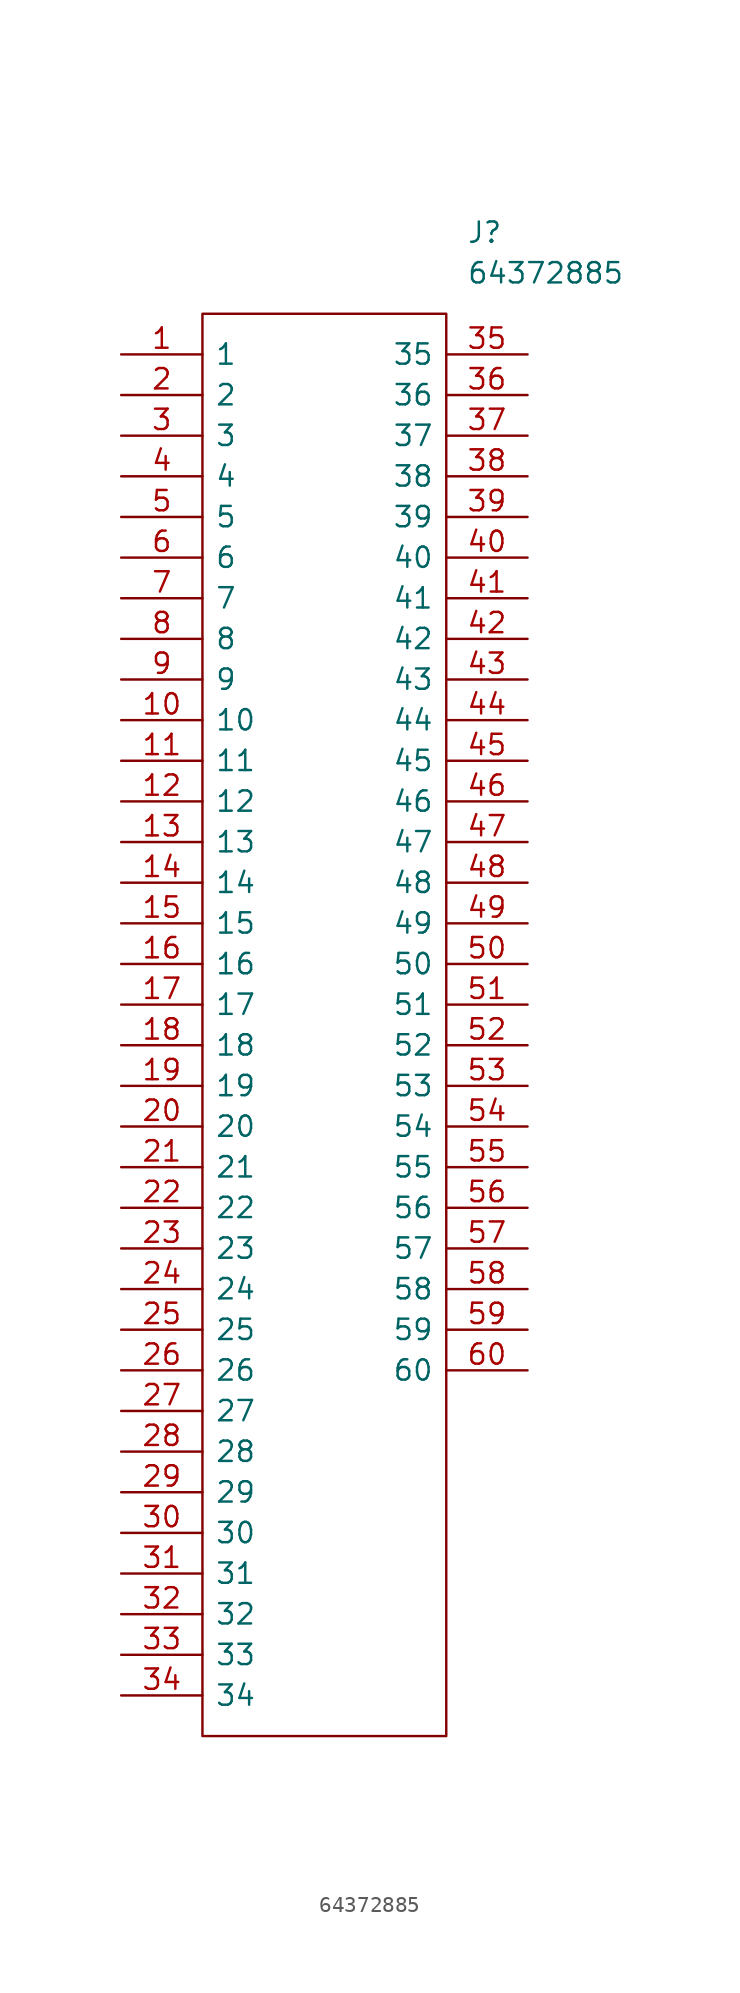
<source format=kicad_sym>
(kicad_symbol_lib
  (version 20220914)
  (generator kicad_symbol_editor)
  (symbol "64372885"
    (pin_names
      (offset 0.762))
    (property "Reference" "J"
      (at 21.59 7.62 0)
      (effects (font (size 1.27 1.27)) (justify left)))
    (property "Value" "64372885"
      (at 21.59 5.08 0)
      (effects (font (size 1.27 1.27)) (justify left)))
    (symbol "64372885_0_0"
      (pin passive line (at 0 0 0) (length 5.08) (name "1" (effects (font (size 1.27 1.27)))) (number "1" (effects (font (size 1.27 1.27)))))
      (pin passive line (at 0 -22.86 0) (length 5.08) (name "10" (effects (font (size 1.27 1.27)))) (number "10" (effects (font (size 1.27 1.27)))))
      (pin passive line (at 0 -25.4 0) (length 5.08) (name "11" (effects (font (size 1.27 1.27)))) (number "11" (effects (font (size 1.27 1.27)))))
      (pin passive line (at 0 -27.94 0) (length 5.08) (name "12" (effects (font (size 1.27 1.27)))) (number "12" (effects (font (size 1.27 1.27)))))
      (pin passive line (at 0 -30.48 0) (length 5.08) (name "13" (effects (font (size 1.27 1.27)))) (number "13" (effects (font (size 1.27 1.27)))))
      (pin passive line (at 0 -33.02 0) (length 5.08) (name "14" (effects (font (size 1.27 1.27)))) (number "14" (effects (font (size 1.27 1.27)))))
      (pin passive line (at 0 -35.56 0) (length 5.08) (name "15" (effects (font (size 1.27 1.27)))) (number "15" (effects (font (size 1.27 1.27)))))
      (pin passive line (at 0 -38.1 0) (length 5.08) (name "16" (effects (font (size 1.27 1.27)))) (number "16" (effects (font (size 1.27 1.27)))))
      (pin passive line (at 0 -40.64 0) (length 5.08) (name "17" (effects (font (size 1.27 1.27)))) (number "17" (effects (font (size 1.27 1.27)))))
      (pin passive line (at 0 -43.18 0) (length 5.08) (name "18" (effects (font (size 1.27 1.27)))) (number "18" (effects (font (size 1.27 1.27)))))
      (pin passive line (at 0 -45.72 0) (length 5.08) (name "19" (effects (font (size 1.27 1.27)))) (number "19" (effects (font (size 1.27 1.27)))))
      (pin passive line (at 0 -2.54 0) (length 5.08) (name "2" (effects (font (size 1.27 1.27)))) (number "2" (effects (font (size 1.27 1.27)))))
      (pin passive line (at 0 -48.26 0) (length 5.08) (name "20" (effects (font (size 1.27 1.27)))) (number "20" (effects (font (size 1.27 1.27)))))
      (pin passive line (at 0 -50.8 0) (length 5.08) (name "21" (effects (font (size 1.27 1.27)))) (number "21" (effects (font (size 1.27 1.27)))))
      (pin passive line (at 0 -53.34 0) (length 5.08) (name "22" (effects (font (size 1.27 1.27)))) (number "22" (effects (font (size 1.27 1.27)))))
      (pin passive line (at 0 -55.88 0) (length 5.08) (name "23" (effects (font (size 1.27 1.27)))) (number "23" (effects (font (size 1.27 1.27)))))
      (pin passive line (at 0 -58.42 0) (length 5.08) (name "24" (effects (font (size 1.27 1.27)))) (number "24" (effects (font (size 1.27 1.27)))))
      (pin passive line (at 0 -60.96 0) (length 5.08) (name "25" (effects (font (size 1.27 1.27)))) (number "25" (effects (font (size 1.27 1.27)))))
      (pin passive line (at 0 -63.5 0) (length 5.08) (name "26" (effects (font (size 1.27 1.27)))) (number "26" (effects (font (size 1.27 1.27)))))
      (pin passive line (at 0 -66.04 0) (length 5.08) (name "27" (effects (font (size 1.27 1.27)))) (number "27" (effects (font (size 1.27 1.27)))))
      (pin passive line (at 0 -68.58 0) (length 5.08) (name "28" (effects (font (size 1.27 1.27)))) (number "28" (effects (font (size 1.27 1.27)))))
      (pin passive line (at 0 -71.12 0) (length 5.08) (name "29" (effects (font (size 1.27 1.27)))) (number "29" (effects (font (size 1.27 1.27)))))
      (pin passive line (at 0 -5.08 0) (length 5.08) (name "3" (effects (font (size 1.27 1.27)))) (number "3" (effects (font (size 1.27 1.27)))))
      (pin passive line (at 0 -73.66 0) (length 5.08) (name "30" (effects (font (size 1.27 1.27)))) (number "30" (effects (font (size 1.27 1.27)))))
      (pin passive line (at 0 -76.2 0) (length 5.08) (name "31" (effects (font (size 1.27 1.27)))) (number "31" (effects (font (size 1.27 1.27)))))
      (pin passive line (at 0 -78.74 0) (length 5.08) (name "32" (effects (font (size 1.27 1.27)))) (number "32" (effects (font (size 1.27 1.27)))))
      (pin passive line (at 25.4 0 180) (length 5.08) (name "35" (effects (font (size 1.27 1.27)))) (number "35" (effects (font (size 1.27 1.27)))))
      (pin passive line (at 25.4 -2.54 180) (length 5.08) (name "36" (effects (font (size 1.27 1.27)))) (number "36" (effects (font (size 1.27 1.27)))))
      (pin passive line (at 25.4 -5.08 180) (length 5.08) (name "37" (effects (font (size 1.27 1.27)))) (number "37" (effects (font (size 1.27 1.27)))))
      (pin passive line (at 25.4 -7.62 180) (length 5.08) (name "38" (effects (font (size 1.27 1.27)))) (number "38" (effects (font (size 1.27 1.27)))))
      (pin passive line (at 25.4 -10.16 180) (length 5.08) (name "39" (effects (font (size 1.27 1.27)))) (number "39" (effects (font (size 1.27 1.27)))))
      (pin passive line (at 0 -7.62 0) (length 5.08) (name "4" (effects (font (size 1.27 1.27)))) (number "4" (effects (font (size 1.27 1.27)))))
      (pin passive line (at 25.4 -12.7 180) (length 5.08) (name "40" (effects (font (size 1.27 1.27)))) (number "40" (effects (font (size 1.27 1.27)))))
      (pin passive line (at 25.4 -15.24 180) (length 5.08) (name "41" (effects (font (size 1.27 1.27)))) (number "41" (effects (font (size 1.27 1.27)))))
      (pin passive line (at 25.4 -17.78 180) (length 5.08) (name "42" (effects (font (size 1.27 1.27)))) (number "42" (effects (font (size 1.27 1.27)))))
      (pin passive line (at 25.4 -20.32 180) (length 5.08) (name "43" (effects (font (size 1.27 1.27)))) (number "43" (effects (font (size 1.27 1.27)))))
      (pin passive line (at 25.4 -22.86 180) (length 5.08) (name "44" (effects (font (size 1.27 1.27)))) (number "44" (effects (font (size 1.27 1.27)))))
      (pin passive line (at 25.4 -25.4 180) (length 5.08) (name "45" (effects (font (size 1.27 1.27)))) (number "45" (effects (font (size 1.27 1.27)))))
      (pin passive line (at 25.4 -27.94 180) (length 5.08) (name "46" (effects (font (size 1.27 1.27)))) (number "46" (effects (font (size 1.27 1.27)))))
      (pin passive line (at 25.4 -30.48 180) (length 5.08) (name "47" (effects (font (size 1.27 1.27)))) (number "47" (effects (font (size 1.27 1.27)))))
      (pin passive line (at 25.4 -33.02 180) (length 5.08) (name "48" (effects (font (size 1.27 1.27)))) (number "48" (effects (font (size 1.27 1.27)))))
      (pin passive line (at 25.4 -35.56 180) (length 5.08) (name "49" (effects (font (size 1.27 1.27)))) (number "49" (effects (font (size 1.27 1.27)))))
      (pin passive line (at 0 -10.16 0) (length 5.08) (name "5" (effects (font (size 1.27 1.27)))) (number "5" (effects (font (size 1.27 1.27)))))
      (pin passive line (at 25.4 -38.1 180) (length 5.08) (name "50" (effects (font (size 1.27 1.27)))) (number "50" (effects (font (size 1.27 1.27)))))
      (pin passive line (at 25.4 -40.64 180) (length 5.08) (name "51" (effects (font (size 1.27 1.27)))) (number "51" (effects (font (size 1.27 1.27)))))
      (pin passive line (at 25.4 -43.18 180) (length 5.08) (name "52" (effects (font (size 1.27 1.27)))) (number "52" (effects (font (size 1.27 1.27)))))
      (pin passive line (at 25.4 -45.72 180) (length 5.08) (name "53" (effects (font (size 1.27 1.27)))) (number "53" (effects (font (size 1.27 1.27)))))
      (pin passive line (at 25.4 -48.26 180) (length 5.08) (name "54" (effects (font (size 1.27 1.27)))) (number "54" (effects (font (size 1.27 1.27)))))
      (pin passive line (at 25.4 -50.8 180) (length 5.08) (name "55" (effects (font (size 1.27 1.27)))) (number "55" (effects (font (size 1.27 1.27)))))
      (pin passive line (at 25.4 -53.34 180) (length 5.08) (name "56" (effects (font (size 1.27 1.27)))) (number "56" (effects (font (size 1.27 1.27)))))
      (pin passive line (at 25.4 -55.88 180) (length 5.08) (name "57" (effects (font (size 1.27 1.27)))) (number "57" (effects (font (size 1.27 1.27)))))
      (pin passive line (at 25.4 -58.42 180) (length 5.08) (name "58" (effects (font (size 1.27 1.27)))) (number "58" (effects (font (size 1.27 1.27)))))
      (pin passive line (at 25.4 -60.96 180) (length 5.08) (name "59" (effects (font (size 1.27 1.27)))) (number "59" (effects (font (size 1.27 1.27)))))
      (pin passive line (at 0 -12.7 0) (length 5.08) (name "6" (effects (font (size 1.27 1.27)))) (number "6" (effects (font (size 1.27 1.27)))))
      (pin passive line (at 25.4 -63.5 180) (length 5.08) (name "60" (effects (font (size 1.27 1.27)))) (number "60" (effects (font (size 1.27 1.27)))))
      (pin passive line (at 0 -15.24 0) (length 5.08) (name "7" (effects (font (size 1.27 1.27)))) (number "7" (effects (font (size 1.27 1.27)))))
      (pin passive line (at 0 -17.78 0) (length 5.08) (name "8" (effects (font (size 1.27 1.27)))) (number "8" (effects (font (size 1.27 1.27)))))
      (pin passive line (at 0 -20.32 0) (length 5.08) (name "9" (effects (font (size 1.27 1.27)))) (number "9" (effects (font (size 1.27 1.27))))))
    (symbol "64372885_0_1"
      (polyline (pts (xy 5.08 2.54) (xy 20.32 2.54) (xy 20.32 -86.36) (xy 5.08 -86.36) (xy 5.08 2.54)) (stroke (width 0.152) (type default)) (fill (type none))))
    (symbol "64372885_1_0"
      (pin passive line (at 0 -81.28 0) (length 5.08) (name "33" (effects (font (size 1.27 1.27)))) (number "33" (effects (font (size 1.27 1.27)))))
      (pin passive line (at 0 -83.82 0) (length 5.08) (name "34" (effects (font (size 1.27 1.27)))) (number "34" (effects (font (size 1.27 1.27))))))))
</source>
